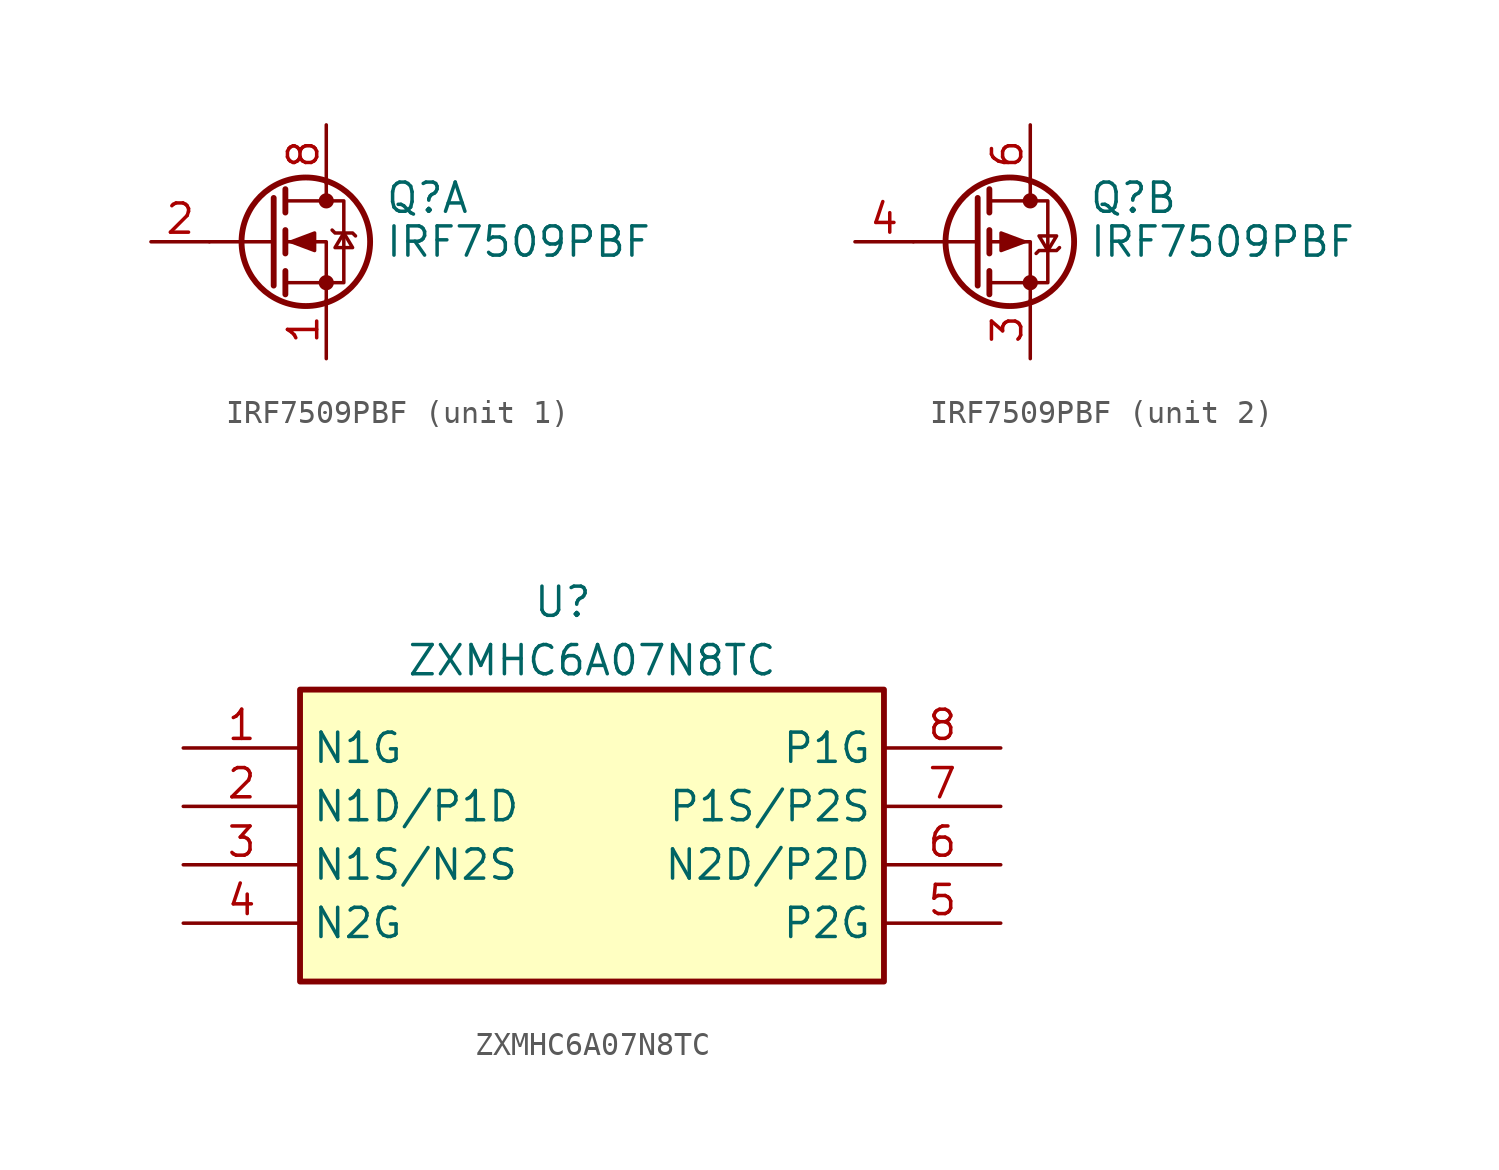
<source format=kicad_sym>
(kicad_symbol_lib
  (version 20211014)
  (generator kicad_symbol_editor)
  (symbol "IRF7509PBF"
    (pin_names hide)
    (property "Reference" "Q"
      (at 5.08 1.905 0)
      (effects (font (size 1.27 1.27)) (justify left)))
    (property "Value" "IRF7509PBF"
      (at 5.08 0 0)
      (effects (font (size 1.27 1.27)) (justify left)))
    (property "ki_locked" ""
      (at 0 0 0)
      (effects (font (size 1.27 1.27))))
    (symbol "IRF7509PBF_0_1"
      (polyline (pts (xy 0.254 0) (xy -2.54 0)) (stroke (width 0) (type default) (color 0 0 0 0)) (fill (type none)))
      (polyline (pts (xy 0.254 1.905) (xy 0.254 -1.905)) (stroke (width 0.254) (type default) (color 0 0 0 0)) (fill (type none)))
      (polyline (pts (xy 0.762 -1.27) (xy 0.762 -2.286)) (stroke (width 0.254) (type default) (color 0 0 0 0)) (fill (type none)))
      (polyline (pts (xy 0.762 0.508) (xy 0.762 -0.508)) (stroke (width 0.254) (type default) (color 0 0 0 0)) (fill (type none)))
      (polyline (pts (xy 0.762 2.286) (xy 0.762 1.27)) (stroke (width 0.254) (type default) (color 0 0 0 0)) (fill (type none)))
      (polyline (pts (xy 2.54 2.54) (xy 2.54 1.778)) (stroke (width 0) (type default) (color 0 0 0 0)) (fill (type none)))
      (polyline (pts (xy 2.54 -2.54) (xy 2.54 0) (xy 0.762 0)) (stroke (width 0) (type default) (color 0 0 0 0)) (fill (type none)))
      (polyline (pts (xy 0.762 -1.778) (xy 3.302 -1.778) (xy 3.302 1.778) (xy 0.762 1.778)) (stroke (width 0) (type default) (color 0 0 0 0)) (fill (type none)))
      (circle (center 1.651 0) (radius 2.794) (stroke (width 0.254) (type default) (color 0 0 0 0)) (fill (type none)))
      (circle (center 2.54 -1.778) (radius 0.254) (stroke (width 0) (type default) (color 0 0 0 0)) (fill (type outline)))
      (circle (center 2.54 1.778) (radius 0.254) (stroke (width 0) (type default) (color 0 0 0 0)) (fill (type outline))))
    (symbol "IRF7509PBF_1_1"
      (polyline (pts (xy 1.016 0) (xy 2.032 0.381) (xy 2.032 -0.381) (xy 1.016 0)) (stroke (width 0) (type default) (color 0 0 0 0)) (fill (type outline)))
      (polyline (pts (xy 2.794 0.508) (xy 2.921 0.381) (xy 3.683 0.381) (xy 3.81 0.254)) (stroke (width 0) (type default) (color 0 0 0 0)) (fill (type none)))
      (polyline (pts (xy 3.302 0.381) (xy 2.921 -0.254) (xy 3.683 -0.254) (xy 3.302 0.381)) (stroke (width 0) (type default) (color 0 0 0 0)) (fill (type none)))
      (pin passive line (at 2.54 -5.08 90) (length 2.54) (name "S" (effects (font (size 1.27 1.27)))) (number "1" (effects (font (size 1.27 1.27)))))
      (pin input line (at -5.08 0 0) (length 2.54) (name "G" (effects (font (size 1.27 1.27)))) (number "2" (effects (font (size 1.27 1.27)))))
      (pin passive line (at 2.54 5.08 270) (length 2.54) hide (name "D" (effects (font (size 1.27 1.27)))) (number "7" (effects (font (size 1.27 1.27)))))
      (pin passive line (at 2.54 5.08 270) (length 2.54) (name "D" (effects (font (size 1.27 1.27)))) (number "8" (effects (font (size 1.27 1.27))))))
    (symbol "IRF7509PBF_2_1"
      (polyline (pts (xy 2.286 0) (xy 1.27 0.381) (xy 1.27 -0.381) (xy 2.286 0)) (stroke (width 0) (type default) (color 0 0 0 0)) (fill (type outline)))
      (polyline (pts (xy 2.794 -0.508) (xy 2.921 -0.381) (xy 3.683 -0.381) (xy 3.81 -0.254)) (stroke (width 0) (type default) (color 0 0 0 0)) (fill (type none)))
      (polyline (pts (xy 3.302 -0.381) (xy 2.921 0.254) (xy 3.683 0.254) (xy 3.302 -0.381)) (stroke (width 0) (type default) (color 0 0 0 0)) (fill (type none)))
      (pin passive line (at 2.54 -5.08 90) (length 2.54) (name "1" (effects (font (size 1.27 1.27)))) (number "3" (effects (font (size 1.27 1.27)))))
      (pin input line (at -5.08 0 0) (length 2.54) (name "G" (effects (font (size 1.27 1.27)))) (number "4" (effects (font (size 1.27 1.27)))))
      (pin passive line (at 2.54 5.08 270) (length 2.54) hide (name "D" (effects (font (size 1.27 1.27)))) (number "5" (effects (font (size 1.27 1.27)))))
      (pin passive line (at 2.54 5.08 270) (length 2.54) (name "D" (effects (font (size 1.27 1.27)))) (number "6" (effects (font (size 1.27 1.27)))))))
  (symbol "ZXMHC6A07N8TC"
    (property "Reference" "U"
      (at 0 10.16 0)
      (effects (font (size 1.27 1.27))))
    (property "Value" "ZXMHC6A07N8TC"
      (at 1.27 7.62 0)
      (effects (font (size 1.27 1.27))))
    (symbol "ZXMHC6A07N8TC_1_1"
      (rectangle (start -11.43 6.35) (end 13.97 -6.35) (stroke (width 0.254) (type default) (color 0 0 0 0)) (fill (type background)))
      (pin passive line (at -16.51 3.81 0) (length 5.08) (name "N1G" (effects (font (size 1.27 1.27)))) (number "1" (effects (font (size 1.27 1.27)))))
      (pin passive line (at -16.51 1.27 0) (length 5.08) (name "N1D/P1D" (effects (font (size 1.27 1.27)))) (number "2" (effects (font (size 1.27 1.27)))))
      (pin passive line (at -16.51 -1.27 0) (length 5.08) (name "N1S/N2S" (effects (font (size 1.27 1.27)))) (number "3" (effects (font (size 1.27 1.27)))))
      (pin passive line (at -16.51 -3.81 0) (length 5.08) (name "N2G" (effects (font (size 1.27 1.27)))) (number "4" (effects (font (size 1.27 1.27)))))
      (pin passive line (at 19.05 -3.81 180) (length 5.08) (name "P2G" (effects (font (size 1.27 1.27)))) (number "5" (effects (font (size 1.27 1.27)))))
      (pin passive line (at 19.05 -1.27 180) (length 5.08) (name "N2D/P2D" (effects (font (size 1.27 1.27)))) (number "6" (effects (font (size 1.27 1.27)))))
      (pin passive line (at 19.05 1.27 180) (length 5.08) (name "P1S/P2S" (effects (font (size 1.27 1.27)))) (number "7" (effects (font (size 1.27 1.27)))))
      (pin passive line (at 19.05 3.81 180) (length 5.08) (name "P1G" (effects (font (size 1.27 1.27)))) (number "8" (effects (font (size 1.27 1.27))))))))
</source>
